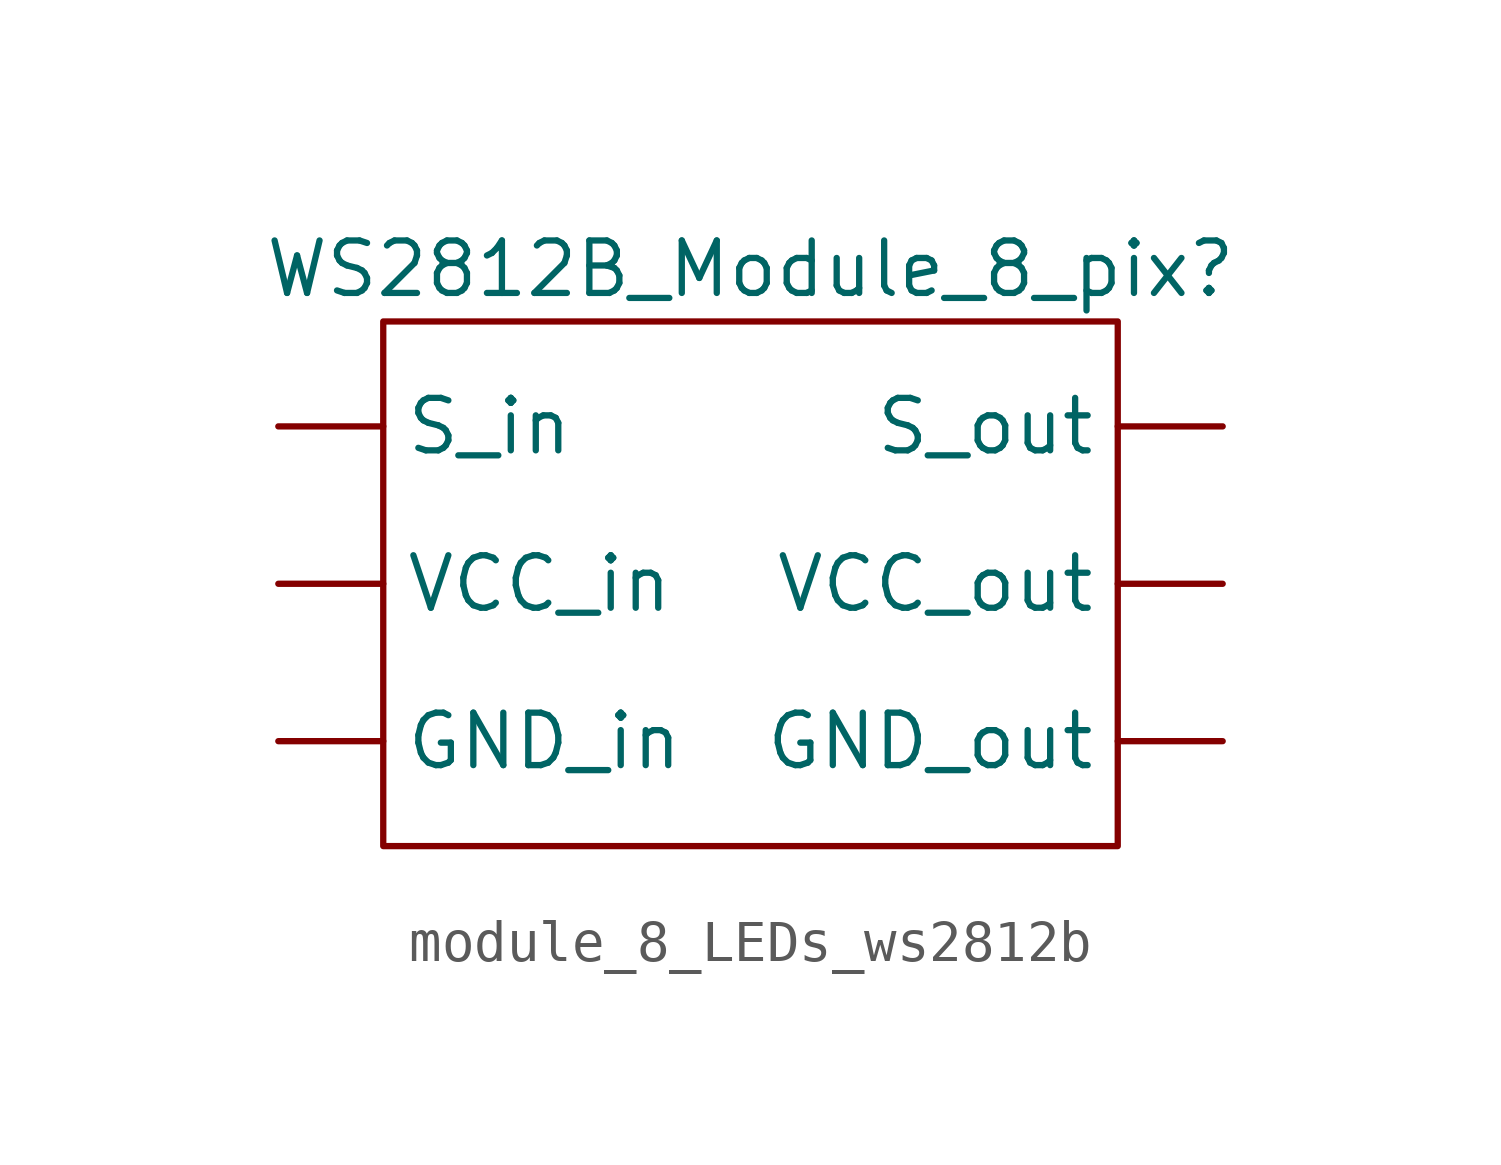
<source format=kicad_sym>
(kicad_symbol_lib
  (version 20231120)
  (generator "kicad_symbol_editor")
  (generator_version "8.0")
  (symbol "module_8_LEDs_ws2812b"
    (property "Reference" "WS2812B_Module_8_pix"
      (at 0 0 0)
      (effects (font (size 1.27 1.27))))
    (property "Value" ""
      (at 0 0 0)
      (effects (font (size 1.27 1.27))))
    (symbol "module_8_LEDs_ws2812b_0_1"
      (rectangle (start -8.89 -1.27) (end 8.89 -13.97) (stroke (width 0) (type default)) (fill (type none))))
    (symbol "module_8_LEDs_ws2812b_1_1"
      (pin power_in line (at -11.43 -11.43 0) (length 2.54) (name "GND_in" (effects (font (size 1.27 1.27)))) (number "" (effects (font (size 1.27 1.27)))))
      (pin power_out line (at 11.43 -11.43 180) (length 2.54) (name "GND_out" (effects (font (size 1.27 1.27)))) (number "" (effects (font (size 1.27 1.27)))))
      (pin input line (at -11.43 -3.81 0) (length 2.54) (name "S_in" (effects (font (size 1.27 1.27)))) (number "" (effects (font (size 1.27 1.27)))))
      (pin output line (at 11.43 -3.81 180) (length 2.54) (name "S_out" (effects (font (size 1.27 1.27)))) (number "" (effects (font (size 1.27 1.27)))))
      (pin power_in line (at -11.43 -7.62 0) (length 2.54) (name "VCC_in" (effects (font (size 1.27 1.27)))) (number "" (effects (font (size 1.27 1.27)))))
      (pin power_out line (at 11.43 -7.62 180) (length 2.54) (name "VCC_out" (effects (font (size 1.27 1.27)))) (number "" (effects (font (size 1.27 1.27))))))))
</source>
